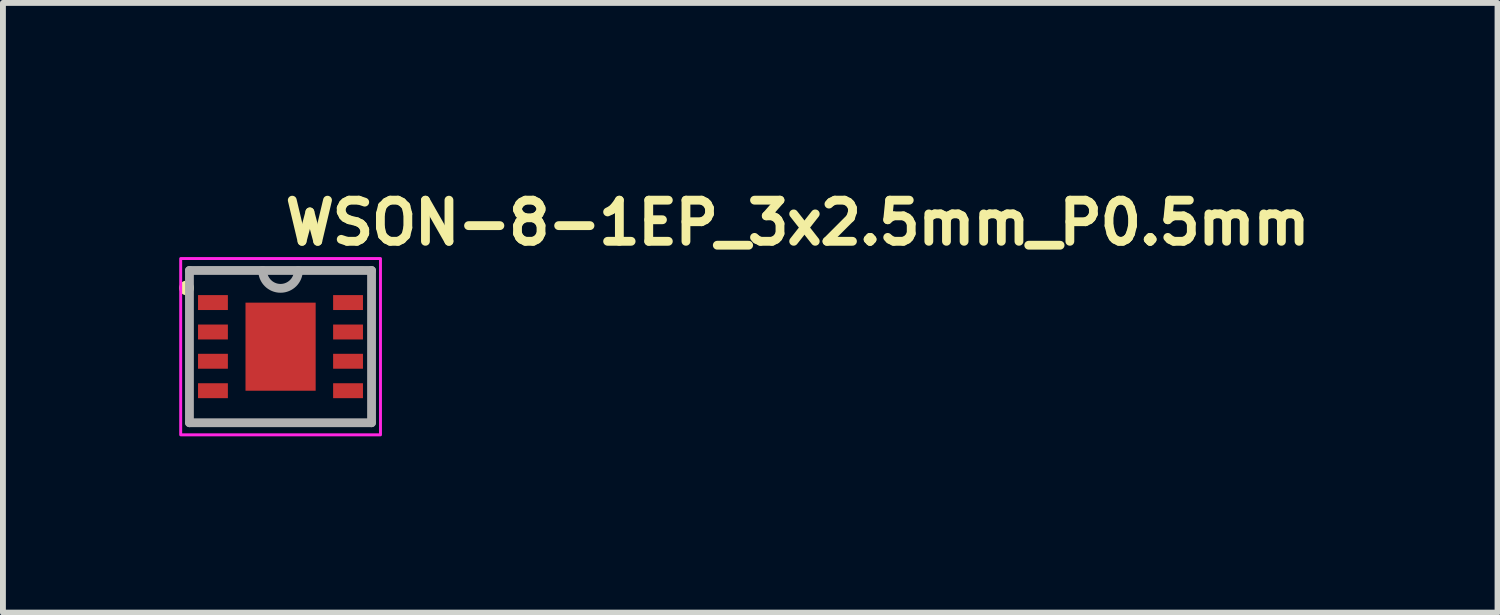
<source format=kicad_pcb>
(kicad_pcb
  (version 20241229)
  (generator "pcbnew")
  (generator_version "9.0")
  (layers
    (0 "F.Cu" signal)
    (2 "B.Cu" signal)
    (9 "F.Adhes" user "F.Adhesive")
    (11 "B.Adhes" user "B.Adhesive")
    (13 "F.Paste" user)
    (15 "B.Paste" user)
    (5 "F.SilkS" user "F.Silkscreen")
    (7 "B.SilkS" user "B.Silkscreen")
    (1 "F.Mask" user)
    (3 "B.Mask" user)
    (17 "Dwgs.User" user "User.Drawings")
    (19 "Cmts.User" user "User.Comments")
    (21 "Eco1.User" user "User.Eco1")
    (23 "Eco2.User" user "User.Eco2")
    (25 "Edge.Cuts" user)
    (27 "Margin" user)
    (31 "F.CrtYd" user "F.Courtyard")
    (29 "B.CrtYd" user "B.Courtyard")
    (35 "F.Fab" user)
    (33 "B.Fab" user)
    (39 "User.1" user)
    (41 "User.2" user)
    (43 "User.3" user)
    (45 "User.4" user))
  (footprint "WSON-8-1EP_3x2.5mm_P0.5mm"
    (layer "F.Cu")
    (at 1.725 2.85)
    (property "Reference" "WSON-8-1EP_3x2.5mm_P0.5mm" (at 0 -1.7 0) (unlocked yes) (layer "F.SilkS") (effects (font (size 0.7 0.7) (thickness 0.15)) (justify left bottom)))
    (attr smd)
    (fp_line (start -1.401 -1.3) (end 1.399 -1.3) (stroke (width 0.12) (type solid)) (layer "F.SilkS"))
    (fp_line (start -1.4 1.3) (end 1.4 1.3) (stroke (width 0.12) (type solid)) (layer "F.SilkS"))
    (fp_circle (center -1.6 -1) (end -1.55 -1) (stroke (width 0.15) (type solid)) (fill yes) (layer "F.SilkS"))
    (fp_poly (pts (xy -0.548 -0.7) (xy -0.548 0.698) (xy 0.546 0.698) (xy 0.546 -0.7)) (stroke (width 0) (type solid)) (fill yes) (layer "F.Paste"))
    (fp_rect (start -1.7 -1.5) (end 1.7 1.5) (stroke (width 0.05) (type solid)) (fill no) (layer "F.CrtYd"))
    (fp_line (start -1.551 -1.297) (end -1.551 1.294) (stroke (width 0.15) (type solid)) (layer "F.Fab"))
    (fp_line (start -1.551 1.294) (end 1.548 1.294) (stroke (width 0.15) (type solid)) (layer "F.Fab"))
    (fp_line (start 1.548 -1.297) (end -1.551 -1.297) (stroke (width 0.15) (type solid)) (layer "F.Fab"))
    (fp_line (start 1.548 1.294) (end 1.548 -1.297) (stroke (width 0.15) (type solid)) (layer "F.Fab"))
    (fp_arc (start 0.303 -1.297) (mid 0 -0.991) (end -0.305 -1.297) (stroke (width 0.15) (type solid)) (layer "F.Fab"))
    (fp_rect (start -1.5 -1.25) (end 1.499 1.249) (stroke (width 0.1) (type solid)) (fill no) (layer "User.5"))
    (fp_line (start -1.5 -1.25) (end -1.5 1.249) (stroke (width 0.02) (type solid)) (layer "User.9"))
    (fp_line (start -1.5 1.249) (end 1.499 1.249) (stroke (width 0.02) (type solid)) (layer "User.9"))
    (fp_line (start 1.499 -1.25) (end -1.5 -1.25) (stroke (width 0.02) (type solid)) (layer "User.9"))
    (fp_line (start 1.499 1.249) (end 1.499 -1.25) (stroke (width 0.02) (type solid)) (layer "User.9"))
    (pad "1" smd rect (at -1.151 -0.751) (size 0.508 0.254) (layers "F.Cu" "F.Mask" "F.Paste"))
    (pad "2" smd rect (at -1.151 -0.25) (size 0.508 0.254) (layers "F.Cu" "F.Mask" "F.Paste"))
    (pad "3" smd rect (at -1.151 0.248) (size 0.508 0.254) (layers "F.Cu" "F.Mask" "F.Paste"))
    (pad "4" smd rect (at -1.151 0.749) (size 0.508 0.254) (layers "F.Cu" "F.Mask" "F.Paste"))
    (pad "5" smd rect (at 1.148 0.749) (size 0.508 0.254) (layers "F.Cu" "F.Mask" "F.Paste"))
    (pad "6" smd rect (at 1.148 0.248) (size 0.508 0.254) (layers "F.Cu" "F.Mask" "F.Paste"))
    (pad "7" smd rect (at 1.148 -0.25) (size 0.508 0.254) (layers "F.Cu" "F.Mask" "F.Paste"))
    (pad "8" smd rect (at 1.148 -0.751) (size 0.508 0.254) (layers "F.Cu" "F.Mask" "F.Paste"))
    (pad "9" smd rect (at 0 0) (size 1.194 1.499) (layers "F.Cu" "F.Mask")))
  (gr_rect
    (start -3 -3)
    (end 22.435 7.375)
    (stroke (width 0.1) (type default))
    (fill no)
    (layer "Edge.Cuts")))
</source>
